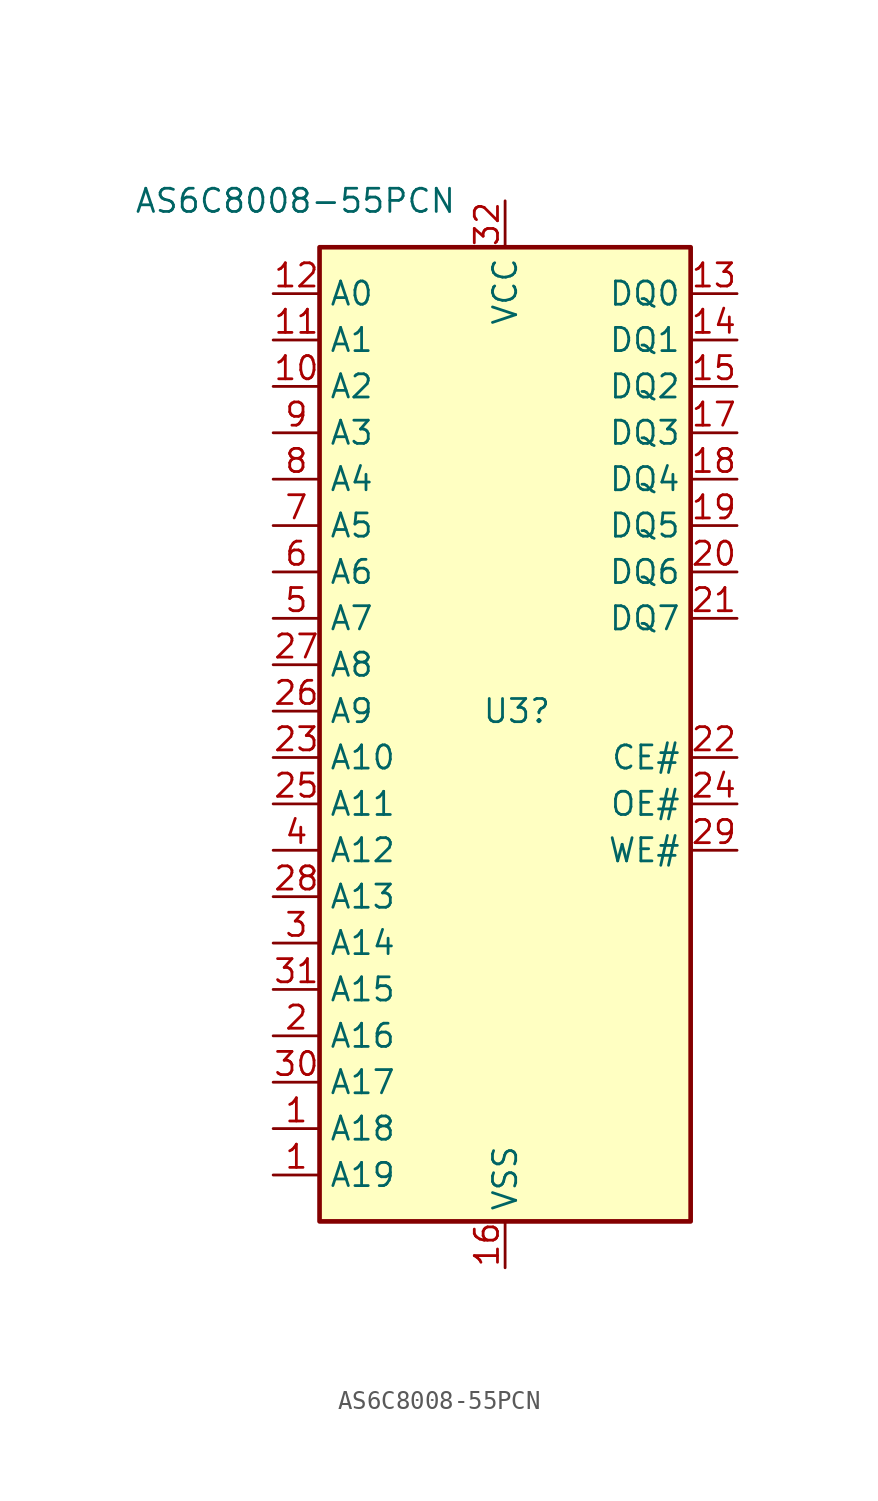
<source format=kicad_sym>
(kicad_symbol_lib
  (version 20211014)
  (generator kicad_symbol_editor)
  (symbol "AS6C8008-55PCN"
    (property "Reference" "U3"
      (at -1.27 0 0)
      (effects (font (size 1.27 1.27)) (justify left)))
    (property "Value" "AS6C8008-55PCN"
      (at -20.32 27.94 0)
      (effects (font (size 1.27 1.27)) (justify left)))
    (symbol "AS6C8008-55PCN_0_0"
      (pin power_in line (at 0 -30.48 90) (length 2.54) (name "VSS" (effects (font (size 1.27 1.27)))) (number "16" (effects (font (size 1.27 1.27)))))
      (pin power_in line (at 0 27.94 270) (length 2.54) (name "VCC" (effects (font (size 1.27 1.27)))) (number "32" (effects (font (size 1.27 1.27))))))
    (symbol "AS6C8008-55PCN_0_1"
      (rectangle (start -10.16 25.4) (end 10.16 -27.94) (stroke (width 0.254) (type default) (color 0 0 0 0)) (fill (type background))))
    (symbol "AS6C8008-55PCN_1_1"
      (pin input line (at -12.7 -22.86 0) (length 2.54) (name "A18" (effects (font (size 1.27 1.27)))) (number "1" (effects (font (size 1.27 1.27)))))
      (pin input line (at -12.7 -25.4 0) (length 2.54) (name "A19" (effects (font (size 1.27 1.27)))) (number "1" (effects (font (size 1.27 1.27)))))
      (pin input line (at -12.7 17.78 0) (length 2.54) (name "A2" (effects (font (size 1.27 1.27)))) (number "10" (effects (font (size 1.27 1.27)))))
      (pin input line (at -12.7 20.32 0) (length 2.54) (name "A1" (effects (font (size 1.27 1.27)))) (number "11" (effects (font (size 1.27 1.27)))))
      (pin input line (at -12.7 22.86 0) (length 2.54) (name "A0" (effects (font (size 1.27 1.27)))) (number "12" (effects (font (size 1.27 1.27)))))
      (pin tri_state line (at 12.7 22.86 180) (length 2.54) (name "DQ0" (effects (font (size 1.27 1.27)))) (number "13" (effects (font (size 1.27 1.27)))))
      (pin tri_state line (at 12.7 20.32 180) (length 2.54) (name "DQ1" (effects (font (size 1.27 1.27)))) (number "14" (effects (font (size 1.27 1.27)))))
      (pin tri_state line (at 12.7 17.78 180) (length 2.54) (name "DQ2" (effects (font (size 1.27 1.27)))) (number "15" (effects (font (size 1.27 1.27)))))
      (pin tri_state line (at 12.7 15.24 180) (length 2.54) (name "DQ3" (effects (font (size 1.27 1.27)))) (number "17" (effects (font (size 1.27 1.27)))))
      (pin tri_state line (at 12.7 12.7 180) (length 2.54) (name "DQ4" (effects (font (size 1.27 1.27)))) (number "18" (effects (font (size 1.27 1.27)))))
      (pin tri_state line (at 12.7 10.16 180) (length 2.54) (name "DQ5" (effects (font (size 1.27 1.27)))) (number "19" (effects (font (size 1.27 1.27)))))
      (pin input line (at -12.7 -17.78 0) (length 2.54) (name "A16" (effects (font (size 1.27 1.27)))) (number "2" (effects (font (size 1.27 1.27)))))
      (pin tri_state line (at 12.7 7.62 180) (length 2.54) (name "DQ6" (effects (font (size 1.27 1.27)))) (number "20" (effects (font (size 1.27 1.27)))))
      (pin tri_state line (at 12.7 5.08 180) (length 2.54) (name "DQ7" (effects (font (size 1.27 1.27)))) (number "21" (effects (font (size 1.27 1.27)))))
      (pin input line (at 12.7 -2.54 180) (length 2.54) (name "CE#" (effects (font (size 1.27 1.27)))) (number "22" (effects (font (size 1.27 1.27)))))
      (pin input line (at -12.7 -2.54 0) (length 2.54) (name "A10" (effects (font (size 1.27 1.27)))) (number "23" (effects (font (size 1.27 1.27)))))
      (pin input line (at 12.7 -5.08 180) (length 2.54) (name "OE#" (effects (font (size 1.27 1.27)))) (number "24" (effects (font (size 1.27 1.27)))))
      (pin input line (at -12.7 -5.08 0) (length 2.54) (name "A11" (effects (font (size 1.27 1.27)))) (number "25" (effects (font (size 1.27 1.27)))))
      (pin input line (at -12.7 0 0) (length 2.54) (name "A9" (effects (font (size 1.27 1.27)))) (number "26" (effects (font (size 1.27 1.27)))))
      (pin input line (at -12.7 2.54 0) (length 2.54) (name "A8" (effects (font (size 1.27 1.27)))) (number "27" (effects (font (size 1.27 1.27)))))
      (pin input line (at -12.7 -10.16 0) (length 2.54) (name "A13" (effects (font (size 1.27 1.27)))) (number "28" (effects (font (size 1.27 1.27)))))
      (pin input line (at 12.7 -7.62 180) (length 2.54) (name "WE#" (effects (font (size 1.27 1.27)))) (number "29" (effects (font (size 1.27 1.27)))))
      (pin input line (at -12.7 -12.7 0) (length 2.54) (name "A14" (effects (font (size 1.27 1.27)))) (number "3" (effects (font (size 1.27 1.27)))))
      (pin input line (at -12.7 -20.32 0) (length 2.54) (name "A17" (effects (font (size 1.27 1.27)))) (number "30" (effects (font (size 1.27 1.27)))))
      (pin input line (at -12.7 -15.24 0) (length 2.54) (name "A15" (effects (font (size 1.27 1.27)))) (number "31" (effects (font (size 1.27 1.27)))))
      (pin input line (at -12.7 -7.62 0) (length 2.54) (name "A12" (effects (font (size 1.27 1.27)))) (number "4" (effects (font (size 1.27 1.27)))))
      (pin input line (at -12.7 5.08 0) (length 2.54) (name "A7" (effects (font (size 1.27 1.27)))) (number "5" (effects (font (size 1.27 1.27)))))
      (pin input line (at -12.7 7.62 0) (length 2.54) (name "A6" (effects (font (size 1.27 1.27)))) (number "6" (effects (font (size 1.27 1.27)))))
      (pin input line (at -12.7 10.16 0) (length 2.54) (name "A5" (effects (font (size 1.27 1.27)))) (number "7" (effects (font (size 1.27 1.27)))))
      (pin input line (at -12.7 12.7 0) (length 2.54) (name "A4" (effects (font (size 1.27 1.27)))) (number "8" (effects (font (size 1.27 1.27)))))
      (pin input line (at -12.7 15.24 0) (length 2.54) (name "A3" (effects (font (size 1.27 1.27)))) (number "9" (effects (font (size 1.27 1.27))))))))
</source>
